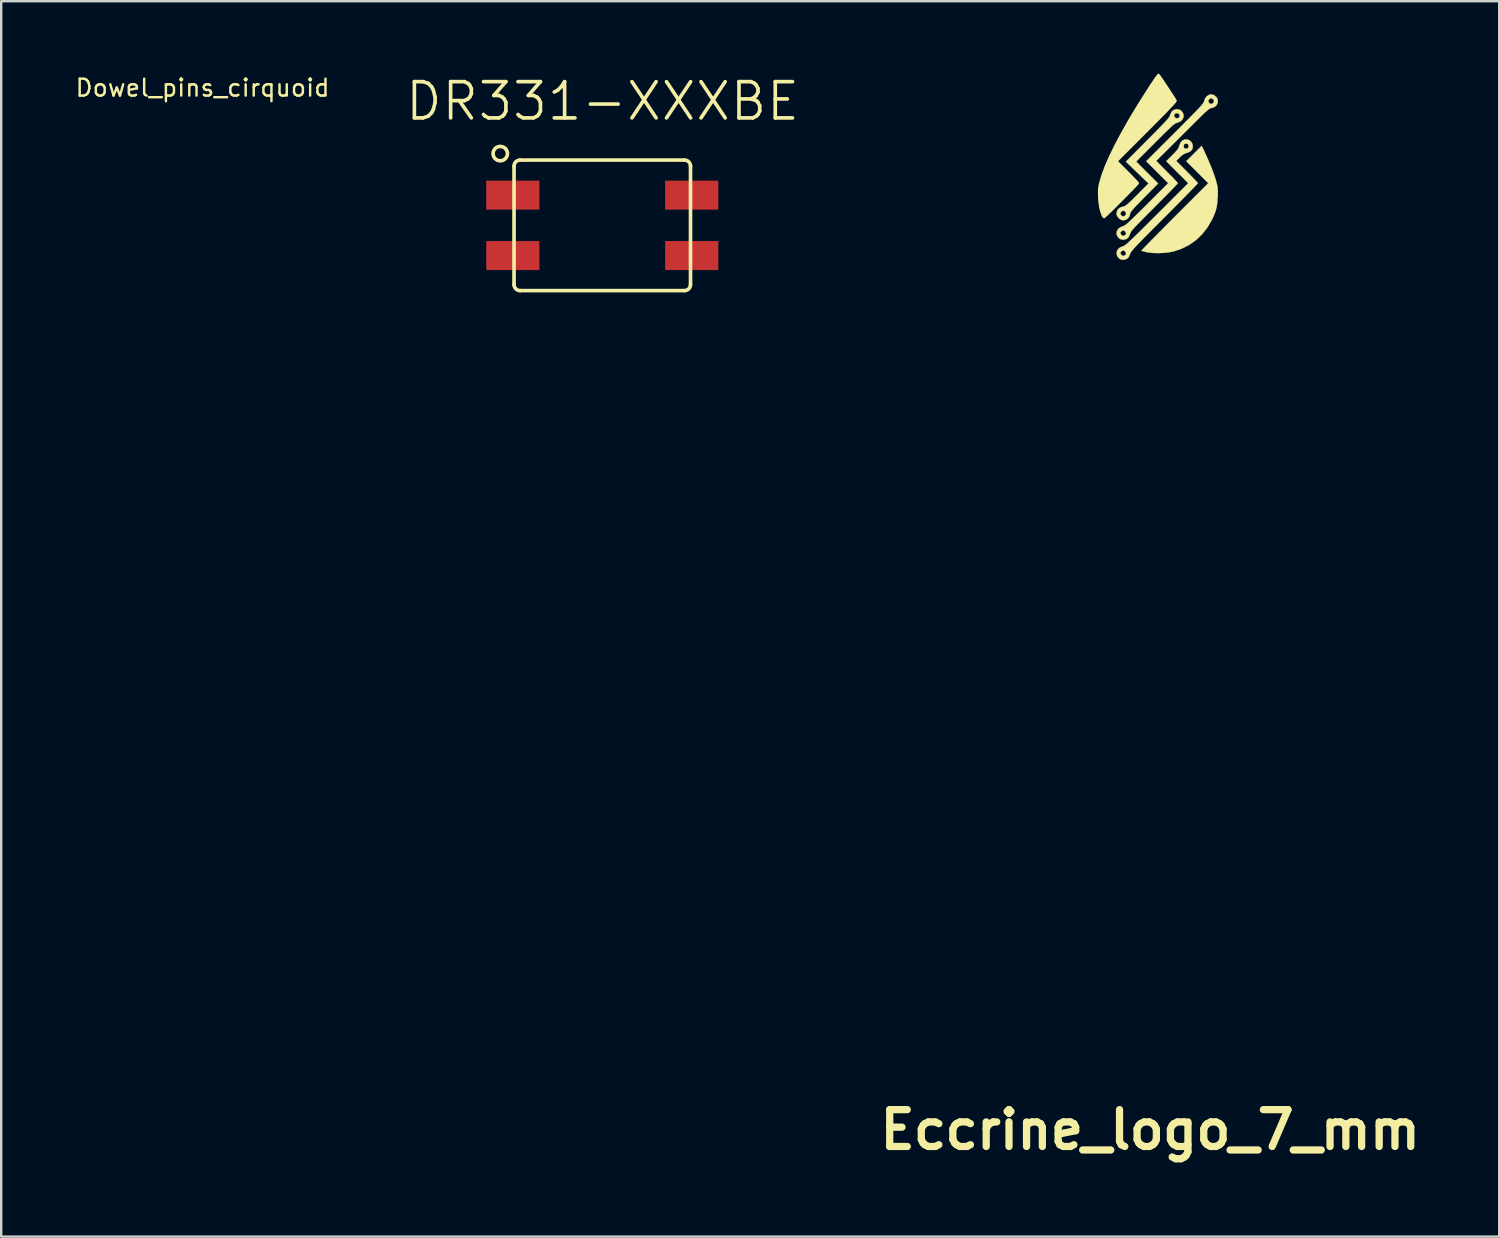
<source format=kicad_pcb>
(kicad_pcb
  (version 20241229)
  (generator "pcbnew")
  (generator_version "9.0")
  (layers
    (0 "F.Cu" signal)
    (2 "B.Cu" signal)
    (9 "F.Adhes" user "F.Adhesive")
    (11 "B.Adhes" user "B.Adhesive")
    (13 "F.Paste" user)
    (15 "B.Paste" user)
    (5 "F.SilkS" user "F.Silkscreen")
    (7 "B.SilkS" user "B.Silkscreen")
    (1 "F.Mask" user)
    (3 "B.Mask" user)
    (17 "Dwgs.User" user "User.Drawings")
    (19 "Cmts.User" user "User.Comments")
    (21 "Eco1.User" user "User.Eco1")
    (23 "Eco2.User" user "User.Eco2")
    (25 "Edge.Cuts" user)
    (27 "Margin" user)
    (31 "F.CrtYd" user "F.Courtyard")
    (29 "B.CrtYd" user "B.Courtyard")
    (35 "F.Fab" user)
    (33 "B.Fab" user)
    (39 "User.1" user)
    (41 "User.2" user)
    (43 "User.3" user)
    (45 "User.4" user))
  (footprint "Dowel_pins_cirquoid"
    (layer "F.Cu")
    (at 5.386 3.834)
    (property "Reference" "Dowel_pins_cirquoid" (at -0.056 -3.249 0) (layer "F.SilkS") (effects (font (size 0.7 0.7) (thickness 0.1))))
    (attr through_hole)
    (pad "" smd circle (at 0 0) (size 2.7 2.7) (layers "F.Paste")))
  (footprint "Eccrine_logo_7_mm"
    (layer "F.Cu")
    (at 44.66 3.873)
    (property "Reference" "Eccrine_logo_7_mm" (at -0.127 39.815 0) (layer "F.SilkS") (effects (font (size 1.524 1.524) (thickness 0.3))))
    (attr through_hole)
    (fp_poly (pts (xy 2.67 1.237) (xy 2.666 1.163) (xy 2.664 1.217) (xy 2.651 1.428) (xy 2.629 1.604) (xy 2.593 1.762) (xy 2.538 1.92) (xy 2.461 2.096) (xy 2.434 2.152) (xy 2.249 2.475) (xy 2.029 2.76) (xy 1.773 3.005) (xy 1.486 3.208) (xy 1.168 3.368) (xy 0.842 3.478) (xy 0.657 3.515) (xy 0.442 3.539) (xy 0.216 3.548) (xy -0.004 3.543) (xy -0.198 3.523) (xy -0.272 3.509) (xy -0.371 3.485) (xy -0.448 3.464) (xy -0.489 3.45) (xy -0.492 3.448) (xy -0.476 3.427) (xy -0.425 3.372) (xy -0.341 3.284) (xy -0.229 3.168) (xy -0.091 3.026) (xy 0.071 2.862) (xy 0.253 2.677) (xy 0.453 2.476) (xy 0.667 2.261) (xy 0.883 2.044) (xy 2.272 0.655) (xy 1.818 0.2) (xy 1.363 -0.255) (xy 1.683 -0.573) (xy 2.002 -0.892) (xy 2.14 -0.6) (xy 2.269 -0.314) (xy 2.386 -0.038) (xy 2.485 0.219) (xy 2.564 0.448) (xy 2.61 0.607) (xy 2.639 0.724) (xy 2.658 0.821) (xy 2.667 0.916) (xy 2.67 1.024)) (stroke (width 0.01) (type solid)) (fill yes) (layer "F.SilkS"))
    (fp_poly (pts (xy 0.922 -2.757) (xy 0.913 -2.736) (xy 0.877 -2.689) (xy 0.811 -2.614) (xy 0.714 -2.51) (xy 0.586 -2.375) (xy 0.425 -2.209) (xy 0.229 -2.01) (xy -0.002 -1.777) (xy -0.271 -1.507) (xy -0.291 -1.487) (xy -1.524 -0.254) (xy -1.083 0.187) (xy -0.958 0.313) (xy -0.847 0.427) (xy -0.754 0.524) (xy -0.686 0.598) (xy -0.648 0.644) (xy -0.642 0.655) (xy -0.66 0.679) (xy -0.711 0.736) (xy -0.79 0.819) (xy -0.892 0.925) (xy -1.011 1.047) (xy -1.143 1.181) (xy -1.282 1.321) (xy -1.423 1.463) (xy -1.561 1.601) (xy -1.691 1.73) (xy -1.808 1.844) (xy -1.906 1.939) (xy -1.981 2.01) (xy -2.026 2.051) (xy -2.039 2.059) (xy -2.06 2.037) (xy -2.09 1.981) (xy -2.099 1.962) (xy -2.157 1.798) (xy -2.198 1.624) (xy -2.224 1.425) (xy -2.237 1.217) (xy -2.241 1.063) (xy -2.241 0.946) (xy -2.233 0.848) (xy -2.217 0.752) (xy -2.191 0.642) (xy -2.184 0.614) (xy -2.089 0.298) (xy -1.956 -0.055) (xy -1.785 -0.445) (xy -1.577 -0.873) (xy -1.332 -1.338) (xy -1.05 -1.839) (xy -0.874 -2.139) (xy -0.763 -2.323) (xy -0.645 -2.517) (xy -0.522 -2.714) (xy -0.399 -2.911) (xy -0.278 -3.101) (xy -0.162 -3.28) (xy -0.057 -3.442) (xy 0.037 -3.582) (xy 0.114 -3.695) (xy 0.172 -3.775) (xy 0.206 -3.818) (xy 0.214 -3.823) (xy 0.232 -3.802) (xy 0.275 -3.743) (xy 0.336 -3.654) (xy 0.412 -3.543) (xy 0.497 -3.416) (xy 0.586 -3.281) (xy 0.675 -3.146) (xy 0.759 -3.017) (xy 0.832 -2.903) (xy 0.89 -2.811) (xy 0.922 -2.757)) (stroke (width 0.1) (type solid)) (fill yes) (layer "F.SilkS"))
    (fp_poly (pts (xy 1.256 -2.162) (xy 1.245 -2.058) (xy 1.194 -1.964) (xy 1.103 -1.888) (xy 1.086 -1.882) (xy 1.086 -2.099) (xy 1.085 -2.159) (xy 1.048 -2.215) (xy 0.992 -2.245) (xy 0.98 -2.246) (xy 0.905 -2.226) (xy 0.864 -2.178) (xy 0.861 -2.117) (xy 0.902 -2.057) (xy 0.913 -2.048) (xy 0.983 -2.026) (xy 1.049 -2.049) (xy 1.086 -2.099) (xy 1.086 -1.882) (xy 0.994 -1.846) (xy 0.96 -1.836) (xy 0.926 -1.822) (xy 0.887 -1.798) (xy 0.839 -1.763) (xy 0.778 -1.712) (xy 0.701 -1.641) (xy 0.604 -1.548) (xy 0.482 -1.429) (xy 0.331 -1.28) (xy 0.149 -1.098) (xy 0.079 -1.028) (xy -0.708 -0.241) (xy -0.254 0.214) (xy 0.2 0.668) (xy -0.365 1.237) (xy -0.546 1.421) (xy -0.691 1.571) (xy -0.801 1.69) (xy -0.879 1.78) (xy -0.927 1.844) (xy -0.947 1.884) (xy -0.947 1.885) (xy -0.983 2.009) (xy -1.03 2.092) (xy -1.095 2.147) (xy -1.123 2.158) (xy -1.123 1.912) (xy -1.144 1.859) (xy -1.193 1.811) (xy -1.243 1.791) (xy -1.296 1.813) (xy -1.344 1.861) (xy -1.364 1.912) (xy -1.342 1.964) (xy -1.294 2.012) (xy -1.243 2.032) (xy -1.196 2.014) (xy -1.165 1.99) (xy -1.131 1.941) (xy -1.123 1.912) (xy -1.123 2.158) (xy -1.208 2.19) (xy -1.315 2.18) (xy -1.416 2.117) (xy -1.433 2.102) (xy -1.505 2.001) (xy -1.524 1.895) (xy -1.49 1.783) (xy -1.479 1.764) (xy -1.42 1.693) (xy -1.334 1.646) (xy -1.223 1.617) (xy -1.186 1.604) (xy -1.139 1.575) (xy -1.076 1.527) (xy -0.994 1.454) (xy -0.887 1.353) (xy -0.751 1.219) (xy -0.666 1.134) (xy -0.201 0.667) (xy -0.668 0.215) (xy -1.136 -0.236) (xy -0.236 -1.141) (xy -0.025 -1.353) (xy 0.151 -1.531) (xy 0.295 -1.678) (xy 0.411 -1.798) (xy 0.502 -1.895) (xy 0.571 -1.972) (xy 0.621 -2.032) (xy 0.656 -2.079) (xy 0.678 -2.117) (xy 0.691 -2.149) (xy 0.695 -2.162) (xy 0.748 -2.287) (xy 0.83 -2.368) (xy 0.939 -2.404) (xy 0.973 -2.406) (xy 1.065 -2.393) (xy 1.136 -2.362) (xy 1.14 -2.359) (xy 1.221 -2.265) (xy 1.256 -2.162)) (stroke (width 0.01) (type solid)) (fill yes) (layer "F.SilkS"))
    (fp_poly (pts (xy 1.845 0.655) (xy 1.826 0.678) (xy 1.773 0.736) (xy 1.688 0.825) (xy 1.574 0.943) (xy 1.433 1.086) (xy 1.27 1.253) (xy 1.087 1.439) (xy 0.886 1.641) (xy 0.672 1.857) (xy 0.458 2.072) (xy 0.195 2.336) (xy -0.033 2.565) (xy -0.228 2.762) (xy -0.394 2.929) (xy -0.531 3.07) (xy -0.644 3.187) (xy -0.735 3.283) (xy -0.806 3.361) (xy -0.86 3.423) (xy -0.899 3.472) (xy -0.927 3.511) (xy -0.945 3.543) (xy -0.957 3.571) (xy -0.963 3.59) (xy -1.016 3.711) (xy -1.099 3.788) (xy -1.127 3.796) (xy -1.127 3.56) (xy -1.152 3.495) (xy -1.193 3.458) (xy -1.239 3.436) (xy -1.28 3.448) (xy -1.312 3.472) (xy -1.354 3.515) (xy -1.357 3.556) (xy -1.343 3.593) (xy -1.295 3.647) (xy -1.228 3.664) (xy -1.165 3.638) (xy -1.151 3.624) (xy -1.127 3.56) (xy -1.127 3.796) (xy -1.214 3.822) (xy -1.25 3.823) (xy -1.357 3.805) (xy -1.423 3.761) (xy -1.496 3.667) (xy -1.519 3.561) (xy -1.512 3.488) (xy -1.467 3.389) (xy -1.376 3.312) (xy -1.246 3.26) (xy -1.221 3.251) (xy -1.189 3.233) (xy -1.148 3.204) (xy -1.096 3.162) (xy -1.029 3.103) (xy -0.945 3.025) (xy -0.84 2.926) (xy -0.713 2.803) (xy -0.56 2.653) (xy -0.378 2.473) (xy -0.166 2.262) (xy 0.081 2.016) (xy 0.154 1.943) (xy 1.444 0.655) (xy 0.989 0.2) (xy 0.534 -0.255) (xy 0.787 -0.506) (xy 0.894 -0.615) (xy 0.969 -0.697) (xy 1.018 -0.762) (xy 1.049 -0.819) (xy 1.068 -0.877) (xy 1.07 -0.886) (xy 1.121 -1.016) (xy 1.198 -1.106) (xy 1.296 -1.154) (xy 1.407 -1.154) (xy 1.462 -1.136) (xy 1.557 -1.07) (xy 1.617 -0.975) (xy 1.638 -0.864) (xy 1.613 -0.753) (xy 1.606 -0.738) (xy 1.546 -0.673) (xy 1.46 -0.625) (xy 1.46 -0.844) (xy 1.458 -0.921) (xy 1.416 -0.971) (xy 1.345 -0.982) (xy 1.326 -0.979) (xy 1.273 -0.952) (xy 1.257 -0.898) (xy 1.257 -0.886) (xy 1.265 -0.815) (xy 1.298 -0.783) (xy 1.368 -0.775) (xy 1.428 -0.788) (xy 1.457 -0.834) (xy 1.46 -0.844) (xy 1.46 -0.625) (xy 1.445 -0.617) (xy 1.321 -0.577) (xy 1.256 -0.546) (xy 1.17 -0.483) (xy 1.095 -0.413) (xy 0.95 -0.267) (xy 1.398 0.181) (xy 1.523 0.308) (xy 1.636 0.423) (xy 1.729 0.521) (xy 1.798 0.596) (xy 1.837 0.643) (xy 1.845 0.655)) (stroke (width 0.01) (type solid)) (fill yes) (layer "F.SilkS"))
    (fp_poly (pts (xy 2.674 -2.758) (xy 2.654 -2.634) (xy 2.592 -2.541) (xy 2.513 -2.493) (xy 2.513 -2.741) (xy 2.492 -2.793) (xy 2.444 -2.841) (xy 2.393 -2.861) (xy 2.34 -2.84) (xy 2.292 -2.791) (xy 2.273 -2.741) (xy 2.294 -2.688) (xy 2.342 -2.64) (xy 2.393 -2.62) (xy 2.44 -2.638) (xy 2.471 -2.662) (xy 2.505 -2.711) (xy 2.513 -2.741) (xy 2.513 -2.493) (xy 2.488 -2.477) (xy 2.376 -2.447) (xy 2.351 -2.438) (xy 2.318 -2.419) (xy 2.273 -2.386) (xy 2.215 -2.338) (xy 2.14 -2.27) (xy 2.044 -2.18) (xy 0.121 -0.268) (xy 0.568 0.181) (xy 0.694 0.308) (xy 0.807 0.423) (xy 0.9 0.521) (xy 0.969 0.596) (xy 1.009 0.643) (xy 1.016 0.655) (xy 0.998 0.679) (xy 0.945 0.737) (xy 0.861 0.825) (xy 0.75 0.939) (xy 0.616 1.077) (xy 0.461 1.235) (xy 0.289 1.408) (xy 0.105 1.593) (xy 0.042 1.656) (xy -0.177 1.875) (xy -0.361 2.06) (xy -0.514 2.215) (xy -0.637 2.342) (xy -0.736 2.444) (xy -0.811 2.527) (xy -0.868 2.591) (xy -0.908 2.642) (xy -0.934 2.683) (xy -0.951 2.716) (xy -0.961 2.746) (xy -0.961 2.747) (xy -1.014 2.873) (xy -1.095 2.955) (xy -1.127 2.966) (xy -1.127 2.731) (xy -1.152 2.666) (xy -1.193 2.629) (xy -1.239 2.607) (xy -1.28 2.619) (xy -1.312 2.643) (xy -1.354 2.686) (xy -1.357 2.728) (xy -1.343 2.764) (xy -1.295 2.819) (xy -1.228 2.835) (xy -1.165 2.809) (xy -1.151 2.795) (xy -1.127 2.731) (xy -1.127 2.966) (xy -1.203 2.992) (xy -1.24 2.994) (xy -1.332 2.981) (xy -1.404 2.95) (xy -1.407 2.947) (xy -1.489 2.853) (xy -1.523 2.751) (xy -1.512 2.648) (xy -1.458 2.554) (xy -1.365 2.478) (xy -1.254 2.433) (xy -1.223 2.423) (xy -1.188 2.405) (xy -1.145 2.376) (xy -1.091 2.333) (xy -1.022 2.273) (xy -0.935 2.192) (xy -0.826 2.088) (xy -0.691 1.956) (xy -0.527 1.794) (xy -0.33 1.598) (xy -0.261 1.529) (xy 0.615 0.655) (xy 0.16 0.201) (xy -0.294 -0.254) (xy 0.894 -1.442) (xy 1.137 -1.685) (xy 1.345 -1.894) (xy 1.52 -2.071) (xy 1.666 -2.219) (xy 1.785 -2.341) (xy 1.88 -2.44) (xy 1.953 -2.52) (xy 2.008 -2.583) (xy 2.047 -2.632) (xy 2.074 -2.671) (xy 2.09 -2.701) (xy 2.098 -2.727) (xy 2.101 -2.738) (xy 2.141 -2.852) (xy 2.215 -2.944) (xy 2.309 -3.004) (xy 2.393 -3.021) (xy 2.489 -2.999) (xy 2.577 -2.94) (xy 2.644 -2.859) (xy 2.673 -2.769) (xy 2.674 -2.758)) (stroke (width 0.01) (type solid)) (fill yes) (layer "F.SilkS")))
  (footprint "DR331-XXXBE"
    (layer "F.Cu")
    (at 21.865 6.272)
    (property "Reference" "DR331-XXXBE" (at 0.013 -5.131 0) (layer "F.SilkS") (effects (font (size 1.5 1.5) (thickness 0.15))))
    (attr through_hole)
    (fp_line (start -3.65 -2.45) (end -3.65 2.45) (stroke (width 0.15) (type solid)) (layer "F.SilkS"))
    (fp_line (start -3.4 -2.7) (end 3.4 -2.7) (stroke (width 0.15) (type solid)) (layer "F.SilkS"))
    (fp_line (start -3.4 2.7) (end 3.4 2.7) (stroke (width 0.15) (type solid)) (layer "F.SilkS"))
    (fp_line (start 3.65 -2.45) (end 3.65 2.45) (stroke (width 0.15) (type solid)) (layer "F.SilkS"))
    (fp_arc (start -3.65 -2.45) (mid -3.576777 -2.626777) (end -3.4 -2.7) (stroke (width 0.15) (type solid)) (layer "F.SilkS"))
    (fp_arc (start -3.4 2.7) (mid -3.576777 2.626777) (end -3.65 2.45) (stroke (width 0.15) (type solid)) (layer "F.SilkS"))
    (fp_arc (start 3.4 -2.7) (mid 3.576777 -2.626777) (end 3.65 -2.45) (stroke (width 0.15) (type solid)) (layer "F.SilkS"))
    (fp_arc (start 3.65 2.45) (mid 3.576777 2.626777) (end 3.4 2.7) (stroke (width 0.15) (type solid)) (layer "F.SilkS"))
    (fp_circle (center -4.22 -2.968) (end -3.923 -2.979) (stroke (width 0.15) (type solid)) (fill no) (layer "F.SilkS"))
    (pad "1" smd rect (at -3.7 -1.25) (size 2.2 1.2) (layers "F.Cu" "F.Mask" "F.Paste"))
    (pad "2" smd rect (at -3.7 1.25) (size 2.2 1.2) (layers "F.Cu" "F.Mask" "F.Paste"))
    (pad "3" smd rect (at 3.7 1.25) (size 2.2 1.2) (layers "F.Cu" "F.Mask" "F.Paste"))
    (pad "4" smd rect (at 3.7 -1.25) (size 2.2 1.2) (layers "F.Cu" "F.Mask" "F.Paste")))
  (gr_rect
    (start -3 -3)
    (end 58.97 48.106)
    (stroke (width 0.1) (type default))
    (fill no)
    (layer "Edge.Cuts")))
</source>
